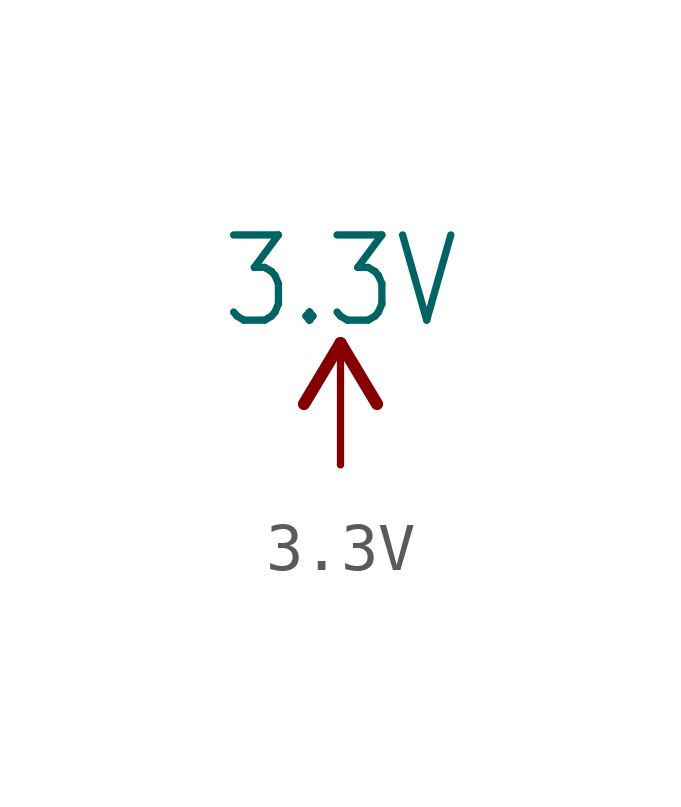
<source format=kicad_sym>
(kicad_symbol_lib
  (version 20241209)
  (generator "kicad_symbol_editor")
  (generator_version "9.0")
  (symbol "3.3V"
    (power)
    (property "Reference" "#SUPPLY"
      (at 0 0 0)
      (effects (font (size 1.27 1.27)) (hide yes)))
    (property "Value" "3.3V"
      (at 0 2.794 0)
      (effects (font (size 1.778 1.511)) (justify bottom)))
    (property "ki_locked" ""
      (at 0 0 0)
      (effects (font (size 1.27 1.27))))
    (symbol "3.3V_1_0"
      (polyline (pts (xy 0 2.54) (xy -0.762 1.27)) (stroke (width 0.254) (type solid)) (fill (type none)))
      (polyline (pts (xy 0.762 1.27) (xy 0 2.54)) (stroke (width 0.254) (type solid)) (fill (type none)))
      (pin power_in line (at 0 0 90) (length 2.54) (name "3.3V" (effects (font (size 0 0)))) (number "1" (effects (font (size 0 0))))))))
</source>
